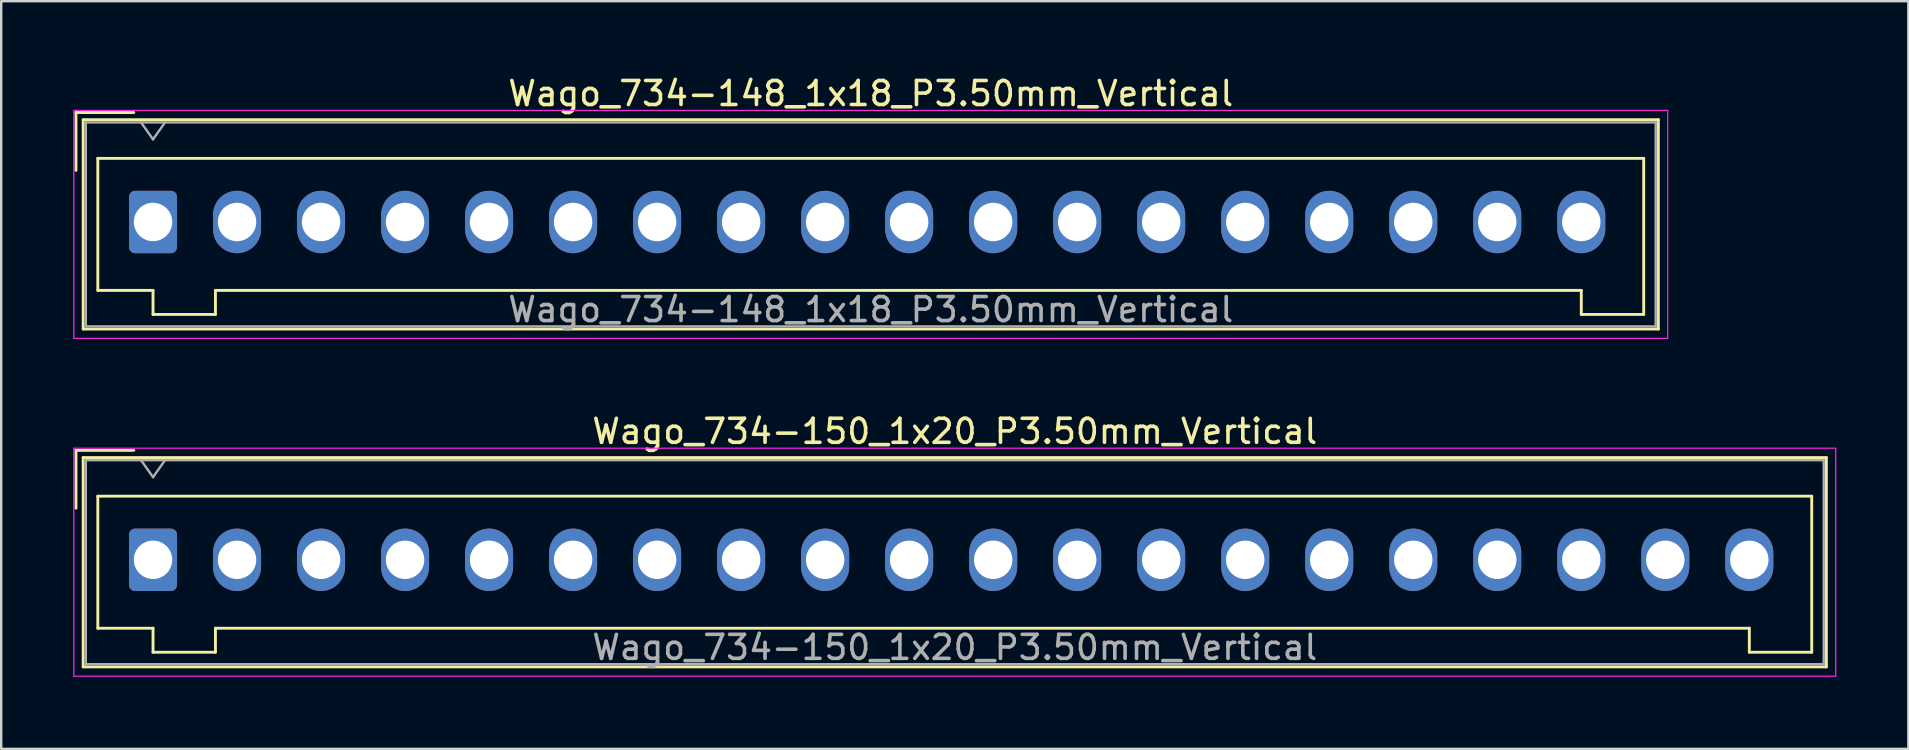
<source format=kicad_pcb>
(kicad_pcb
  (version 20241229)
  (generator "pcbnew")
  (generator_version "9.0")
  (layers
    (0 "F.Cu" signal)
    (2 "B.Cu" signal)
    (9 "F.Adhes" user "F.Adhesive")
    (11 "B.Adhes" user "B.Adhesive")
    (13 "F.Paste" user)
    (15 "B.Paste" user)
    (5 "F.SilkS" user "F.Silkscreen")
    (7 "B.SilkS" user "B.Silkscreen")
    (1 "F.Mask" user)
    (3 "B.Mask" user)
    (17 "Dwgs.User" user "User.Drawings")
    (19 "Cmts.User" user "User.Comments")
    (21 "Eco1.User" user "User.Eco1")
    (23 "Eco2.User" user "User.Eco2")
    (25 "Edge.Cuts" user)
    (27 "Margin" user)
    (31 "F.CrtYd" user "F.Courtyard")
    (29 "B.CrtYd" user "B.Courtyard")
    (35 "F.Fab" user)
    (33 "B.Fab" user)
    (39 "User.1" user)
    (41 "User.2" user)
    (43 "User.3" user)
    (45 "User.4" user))
  (footprint "Wago_734-150_1x20_P3.50mm_Vertical"
    (layer "F.Cu")
    (at 3.325 20.271)
    (property "Reference" "Wago_734-150_1x20_P3.50mm_Vertical" (at 33.4 -5.35 0) (layer "F.SilkS") (effects (font (size 1 1) (thickness 0.15))))
    (attr through_hole)
    (fp_line (start -3.21 -4.56) (end -0.8 -4.56) (stroke (width 0.12) (type solid)) (layer "F.SilkS"))
    (fp_line (start -3.21 -2.15) (end -3.21 -4.56) (stroke (width 0.12) (type solid)) (layer "F.SilkS"))
    (fp_line (start -2.91 -4.26) (end -2.91 4.46) (stroke (width 0.12) (type solid)) (layer "F.SilkS"))
    (fp_line (start -2.91 4.46) (end 69.71 4.46) (stroke (width 0.12) (type solid)) (layer "F.SilkS"))
    (fp_line (start -2.3 -2.65) (end -2.3 2.85) (stroke (width 0.12) (type solid)) (layer "F.SilkS"))
    (fp_line (start -2.3 2.85) (end 0 2.85) (stroke (width 0.12) (type solid)) (layer "F.SilkS"))
    (fp_line (start 0 2.85) (end 0 3.85) (stroke (width 0.12) (type solid)) (layer "F.SilkS"))
    (fp_line (start 0 3.85) (end 2.6 3.85) (stroke (width 0.12) (type solid)) (layer "F.SilkS"))
    (fp_line (start 2.6 2.85) (end 66.5 2.85) (stroke (width 0.12) (type solid)) (layer "F.SilkS"))
    (fp_line (start 2.6 3.85) (end 2.6 2.85) (stroke (width 0.12) (type solid)) (layer "F.SilkS"))
    (fp_line (start 66.5 2.85) (end 66.5 3.85) (stroke (width 0.12) (type solid)) (layer "F.SilkS"))
    (fp_line (start 66.5 3.85) (end 69.1 3.85) (stroke (width 0.12) (type solid)) (layer "F.SilkS"))
    (fp_line (start 69.1 -2.65) (end -2.3 -2.65) (stroke (width 0.12) (type solid)) (layer "F.SilkS"))
    (fp_line (start 69.1 3.85) (end 69.1 -2.65) (stroke (width 0.12) (type solid)) (layer "F.SilkS"))
    (fp_line (start 69.71 -4.26) (end -2.91 -4.26) (stroke (width 0.12) (type solid)) (layer "F.SilkS"))
    (fp_line (start 69.71 4.46) (end 69.71 -4.26) (stroke (width 0.12) (type solid)) (layer "F.SilkS"))
    (fp_line (start -3.3 -4.65) (end -3.3 4.85) (stroke (width 0.05) (type solid)) (layer "F.CrtYd"))
    (fp_line (start -3.3 4.85) (end 70.1 4.85) (stroke (width 0.05) (type solid)) (layer "F.CrtYd"))
    (fp_line (start 70.1 -4.65) (end -3.3 -4.65) (stroke (width 0.05) (type solid)) (layer "F.CrtYd"))
    (fp_line (start 70.1 4.85) (end 70.1 -4.65) (stroke (width 0.05) (type solid)) (layer "F.CrtYd"))
    (fp_line (start -2.8 -4.15) (end -2.8 4.35) (stroke (width 0.1) (type solid)) (layer "F.Fab"))
    (fp_line (start -2.8 4.35) (end 69.6 4.35) (stroke (width 0.1) (type solid)) (layer "F.Fab"))
    (fp_line (start -0.5 -4.15) (end 0 -3.443) (stroke (width 0.1) (type solid)) (layer "F.Fab"))
    (fp_line (start 0 -3.443) (end 0.5 -4.15) (stroke (width 0.1) (type solid)) (layer "F.Fab"))
    (fp_line (start 69.6 -4.15) (end -2.8 -4.15) (stroke (width 0.1) (type solid)) (layer "F.Fab"))
    (fp_line (start 69.6 4.35) (end 69.6 -4.15) (stroke (width 0.1) (type solid)) (layer "F.Fab"))
    (fp_text user "${REFERENCE}" (at 33.4 3.65 0) (layer "F.Fab") (effects (font (size 1 1) (thickness 0.15))))
    (pad "1" thru_hole roundrect (at 0 0) (size 2 2.6) (drill 1.6) (layers "*.Cu" "*.Mask") (roundrect_rratio 0.125))
    (pad "2" thru_hole oval (at 3.5 0) (size 2 2.6) (drill 1.6) (layers "*.Cu" "*.Mask"))
    (pad "3" thru_hole oval (at 7 0) (size 2 2.6) (drill 1.6) (layers "*.Cu" "*.Mask"))
    (pad "4" thru_hole oval (at 10.5 0) (size 2 2.6) (drill 1.6) (layers "*.Cu" "*.Mask"))
    (pad "5" thru_hole oval (at 14 0) (size 2 2.6) (drill 1.6) (layers "*.Cu" "*.Mask"))
    (pad "6" thru_hole oval (at 17.5 0) (size 2 2.6) (drill 1.6) (layers "*.Cu" "*.Mask"))
    (pad "7" thru_hole oval (at 21 0) (size 2 2.6) (drill 1.6) (layers "*.Cu" "*.Mask"))
    (pad "8" thru_hole oval (at 24.5 0) (size 2 2.6) (drill 1.6) (layers "*.Cu" "*.Mask"))
    (pad "9" thru_hole oval (at 28 0) (size 2 2.6) (drill 1.6) (layers "*.Cu" "*.Mask"))
    (pad "10" thru_hole oval (at 31.5 0) (size 2 2.6) (drill 1.6) (layers "*.Cu" "*.Mask"))
    (pad "11" thru_hole oval (at 35 0) (size 2 2.6) (drill 1.6) (layers "*.Cu" "*.Mask"))
    (pad "12" thru_hole oval (at 38.5 0) (size 2 2.6) (drill 1.6) (layers "*.Cu" "*.Mask"))
    (pad "13" thru_hole oval (at 42 0) (size 2 2.6) (drill 1.6) (layers "*.Cu" "*.Mask"))
    (pad "14" thru_hole oval (at 45.5 0) (size 2 2.6) (drill 1.6) (layers "*.Cu" "*.Mask"))
    (pad "15" thru_hole oval (at 49 0) (size 2 2.6) (drill 1.6) (layers "*.Cu" "*.Mask"))
    (pad "16" thru_hole oval (at 52.5 0) (size 2 2.6) (drill 1.6) (layers "*.Cu" "*.Mask"))
    (pad "17" thru_hole oval (at 56 0) (size 2 2.6) (drill 1.6) (layers "*.Cu" "*.Mask"))
    (pad "18" thru_hole oval (at 59.5 0) (size 2 2.6) (drill 1.6) (layers "*.Cu" "*.Mask"))
    (pad "19" thru_hole oval (at 63 0) (size 2 2.6) (drill 1.6) (layers "*.Cu" "*.Mask"))
    (pad "20" thru_hole oval (at 66.5 0) (size 2 2.6) (drill 1.6) (layers "*.Cu" "*.Mask")))
  (footprint "Wago_734-148_1x18_P3.50mm_Vertical"
    (layer "F.Cu")
    (at 3.325 6.198)
    (property "Reference" "Wago_734-148_1x18_P3.50mm_Vertical" (at 29.9 -5.35 0) (layer "F.SilkS") (effects (font (size 1 1) (thickness 0.15))))
    (attr through_hole)
    (fp_line (start -3.21 -4.56) (end -0.8 -4.56) (stroke (width 0.12) (type solid)) (layer "F.SilkS"))
    (fp_line (start -3.21 -2.15) (end -3.21 -4.56) (stroke (width 0.12) (type solid)) (layer "F.SilkS"))
    (fp_line (start -2.91 -4.26) (end -2.91 4.46) (stroke (width 0.12) (type solid)) (layer "F.SilkS"))
    (fp_line (start -2.91 4.46) (end 62.71 4.46) (stroke (width 0.12) (type solid)) (layer "F.SilkS"))
    (fp_line (start -2.3 -2.65) (end -2.3 2.85) (stroke (width 0.12) (type solid)) (layer "F.SilkS"))
    (fp_line (start -2.3 2.85) (end 0 2.85) (stroke (width 0.12) (type solid)) (layer "F.SilkS"))
    (fp_line (start 0 2.85) (end 0 3.85) (stroke (width 0.12) (type solid)) (layer "F.SilkS"))
    (fp_line (start 0 3.85) (end 2.6 3.85) (stroke (width 0.12) (type solid)) (layer "F.SilkS"))
    (fp_line (start 2.6 2.85) (end 59.5 2.85) (stroke (width 0.12) (type solid)) (layer "F.SilkS"))
    (fp_line (start 2.6 3.85) (end 2.6 2.85) (stroke (width 0.12) (type solid)) (layer "F.SilkS"))
    (fp_line (start 59.5 2.85) (end 59.5 3.85) (stroke (width 0.12) (type solid)) (layer "F.SilkS"))
    (fp_line (start 59.5 3.85) (end 62.1 3.85) (stroke (width 0.12) (type solid)) (layer "F.SilkS"))
    (fp_line (start 62.1 -2.65) (end -2.3 -2.65) (stroke (width 0.12) (type solid)) (layer "F.SilkS"))
    (fp_line (start 62.1 3.85) (end 62.1 -2.65) (stroke (width 0.12) (type solid)) (layer "F.SilkS"))
    (fp_line (start 62.71 -4.26) (end -2.91 -4.26) (stroke (width 0.12) (type solid)) (layer "F.SilkS"))
    (fp_line (start 62.71 4.46) (end 62.71 -4.26) (stroke (width 0.12) (type solid)) (layer "F.SilkS"))
    (fp_line (start -3.3 -4.65) (end -3.3 4.85) (stroke (width 0.05) (type solid)) (layer "F.CrtYd"))
    (fp_line (start -3.3 4.85) (end 63.1 4.85) (stroke (width 0.05) (type solid)) (layer "F.CrtYd"))
    (fp_line (start 63.1 -4.65) (end -3.3 -4.65) (stroke (width 0.05) (type solid)) (layer "F.CrtYd"))
    (fp_line (start 63.1 4.85) (end 63.1 -4.65) (stroke (width 0.05) (type solid)) (layer "F.CrtYd"))
    (fp_line (start -2.8 -4.15) (end -2.8 4.35) (stroke (width 0.1) (type solid)) (layer "F.Fab"))
    (fp_line (start -2.8 4.35) (end 62.6 4.35) (stroke (width 0.1) (type solid)) (layer "F.Fab"))
    (fp_line (start -0.5 -4.15) (end 0 -3.443) (stroke (width 0.1) (type solid)) (layer "F.Fab"))
    (fp_line (start 0 -3.443) (end 0.5 -4.15) (stroke (width 0.1) (type solid)) (layer "F.Fab"))
    (fp_line (start 62.6 -4.15) (end -2.8 -4.15) (stroke (width 0.1) (type solid)) (layer "F.Fab"))
    (fp_line (start 62.6 4.35) (end 62.6 -4.15) (stroke (width 0.1) (type solid)) (layer "F.Fab"))
    (fp_text user "${REFERENCE}" (at 29.9 3.65 0) (layer "F.Fab") (effects (font (size 1 1) (thickness 0.15))))
    (pad "1" thru_hole roundrect (at 0 0) (size 2 2.6) (drill 1.6) (layers "*.Cu" "*.Mask") (roundrect_rratio 0.125))
    (pad "2" thru_hole oval (at 3.5 0) (size 2 2.6) (drill 1.6) (layers "*.Cu" "*.Mask"))
    (pad "3" thru_hole oval (at 7 0) (size 2 2.6) (drill 1.6) (layers "*.Cu" "*.Mask"))
    (pad "4" thru_hole oval (at 10.5 0) (size 2 2.6) (drill 1.6) (layers "*.Cu" "*.Mask"))
    (pad "5" thru_hole oval (at 14 0) (size 2 2.6) (drill 1.6) (layers "*.Cu" "*.Mask"))
    (pad "6" thru_hole oval (at 17.5 0) (size 2 2.6) (drill 1.6) (layers "*.Cu" "*.Mask"))
    (pad "7" thru_hole oval (at 21 0) (size 2 2.6) (drill 1.6) (layers "*.Cu" "*.Mask"))
    (pad "8" thru_hole oval (at 24.5 0) (size 2 2.6) (drill 1.6) (layers "*.Cu" "*.Mask"))
    (pad "9" thru_hole oval (at 28 0) (size 2 2.6) (drill 1.6) (layers "*.Cu" "*.Mask"))
    (pad "10" thru_hole oval (at 31.5 0) (size 2 2.6) (drill 1.6) (layers "*.Cu" "*.Mask"))
    (pad "11" thru_hole oval (at 35 0) (size 2 2.6) (drill 1.6) (layers "*.Cu" "*.Mask"))
    (pad "12" thru_hole oval (at 38.5 0) (size 2 2.6) (drill 1.6) (layers "*.Cu" "*.Mask"))
    (pad "13" thru_hole oval (at 42 0) (size 2 2.6) (drill 1.6) (layers "*.Cu" "*.Mask"))
    (pad "14" thru_hole oval (at 45.5 0) (size 2 2.6) (drill 1.6) (layers "*.Cu" "*.Mask"))
    (pad "15" thru_hole oval (at 49 0) (size 2 2.6) (drill 1.6) (layers "*.Cu" "*.Mask"))
    (pad "16" thru_hole oval (at 52.5 0) (size 2 2.6) (drill 1.6) (layers "*.Cu" "*.Mask"))
    (pad "17" thru_hole oval (at 56 0) (size 2 2.6) (drill 1.6) (layers "*.Cu" "*.Mask"))
    (pad "18" thru_hole oval (at 59.5 0) (size 2 2.6) (drill 1.6) (layers "*.Cu" "*.Mask")))
  (gr_rect
    (start -3 -3)
    (end 76.45 28.146)
    (stroke (width 0.1) (type default))
    (fill no)
    (layer "Edge.Cuts")))
</source>
